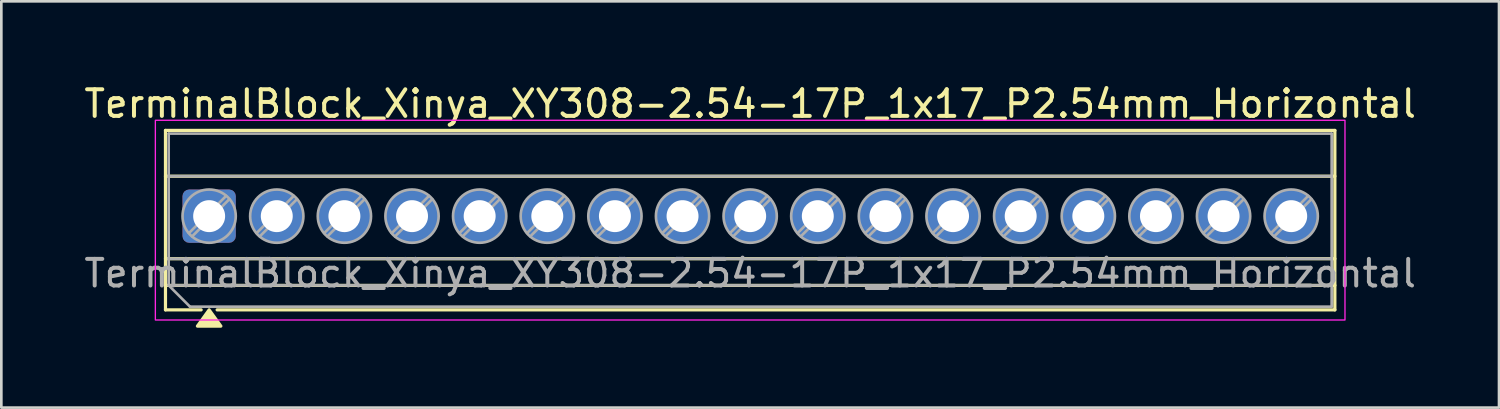
<source format=kicad_pcb>
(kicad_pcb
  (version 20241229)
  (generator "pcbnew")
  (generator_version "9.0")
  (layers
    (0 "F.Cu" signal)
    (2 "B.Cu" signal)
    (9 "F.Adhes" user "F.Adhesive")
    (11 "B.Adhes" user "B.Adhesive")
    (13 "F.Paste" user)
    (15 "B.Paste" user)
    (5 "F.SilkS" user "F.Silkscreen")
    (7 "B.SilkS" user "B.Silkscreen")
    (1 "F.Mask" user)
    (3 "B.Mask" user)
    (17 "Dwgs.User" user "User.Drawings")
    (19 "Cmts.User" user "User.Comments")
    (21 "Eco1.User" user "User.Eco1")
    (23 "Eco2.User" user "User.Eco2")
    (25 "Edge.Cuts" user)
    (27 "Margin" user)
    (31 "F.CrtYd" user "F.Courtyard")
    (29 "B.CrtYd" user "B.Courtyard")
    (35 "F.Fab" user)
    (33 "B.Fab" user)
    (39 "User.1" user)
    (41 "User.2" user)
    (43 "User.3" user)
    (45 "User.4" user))
  (footprint "TerminalBlock_Xinya_XY308-2.54-17P_1x17_P2.54mm_Horizontal"
    (layer "F.Cu")
    (at 4.805 5.068)
    (property "Reference" "TerminalBlock_Xinya_XY308-2.54-17P_1x17_P2.54mm_Horizontal" (at 20.32 -4.22 0) (layer "F.SilkS") (effects (font (size 1 1) (thickness 0.15))))
    (attr through_hole)
    (fp_line (start -1.64 -3.22) (end 42.28 -3.22) (stroke (width 0.12) (type solid)) (layer "F.SilkS"))
    (fp_line (start -1.64 -1.5) (end 42.28 -1.5) (stroke (width 0.12) (type solid)) (layer "F.SilkS"))
    (fp_line (start -1.64 1.6) (end 42.28 1.6) (stroke (width 0.12) (type solid)) (layer "F.SilkS"))
    (fp_line (start -1.64 2.6) (end 42.28 2.6) (stroke (width 0.12) (type solid)) (layer "F.SilkS"))
    (fp_line (start -1.64 3.52) (end -1.64 -3.22) (stroke (width 0.12) (type solid)) (layer "F.SilkS"))
    (fp_line (start -0.3 3.52) (end -1.64 3.52) (stroke (width 0.12) (type solid)) (layer "F.SilkS"))
    (fp_line (start 42.28 -3.22) (end 42.28 3.52) (stroke (width 0.12) (type solid)) (layer "F.SilkS"))
    (fp_line (start 42.28 3.52) (end 0.3 3.52) (stroke (width 0.12) (type solid)) (layer "F.SilkS"))
    (fp_poly (pts (xy 0 3.52) (xy 0.44 4.13) (xy -0.44 4.13)) (stroke (width 0.12) (type solid)) (fill yes) (layer "F.SilkS"))
    (fp_rect (start -2.02 -3.6) (end 42.66 3.9) (stroke (width 0.05) (type solid)) (fill no) (layer "F.CrtYd"))
    (fp_line (start -1.52 -3.1) (end 42.16 -3.1) (stroke (width 0.1) (type solid)) (layer "F.Fab"))
    (fp_line (start -1.52 -1.5) (end 42.16 -1.5) (stroke (width 0.1) (type solid)) (layer "F.Fab"))
    (fp_line (start -1.52 1.6) (end 42.16 1.6) (stroke (width 0.1) (type solid)) (layer "F.Fab"))
    (fp_line (start -1.52 2.6) (end -1.52 -3.1) (stroke (width 0.1) (type solid)) (layer "F.Fab"))
    (fp_line (start -1.52 2.6) (end 42.16 2.6) (stroke (width 0.1) (type solid)) (layer "F.Fab"))
    (fp_line (start -0.72 3.4) (end -1.52 2.6) (stroke (width 0.1) (type solid)) (layer "F.Fab"))
    (fp_line (start 0.636 -0.758) (end -0.758 0.636) (stroke (width 0.1) (type solid)) (layer "F.Fab"))
    (fp_line (start 0.758 -0.636) (end -0.636 0.758) (stroke (width 0.1) (type solid)) (layer "F.Fab"))
    (fp_line (start 3.176 -0.758) (end 1.782 0.636) (stroke (width 0.1) (type solid)) (layer "F.Fab"))
    (fp_line (start 3.298 -0.636) (end 1.904 0.758) (stroke (width 0.1) (type solid)) (layer "F.Fab"))
    (fp_line (start 5.716 -0.758) (end 4.322 0.636) (stroke (width 0.1) (type solid)) (layer "F.Fab"))
    (fp_line (start 5.838 -0.636) (end 4.444 0.758) (stroke (width 0.1) (type solid)) (layer "F.Fab"))
    (fp_line (start 8.256 -0.758) (end 6.862 0.636) (stroke (width 0.1) (type solid)) (layer "F.Fab"))
    (fp_line (start 8.378 -0.636) (end 6.984 0.758) (stroke (width 0.1) (type solid)) (layer "F.Fab"))
    (fp_line (start 10.796 -0.758) (end 9.402 0.636) (stroke (width 0.1) (type solid)) (layer "F.Fab"))
    (fp_line (start 10.918 -0.636) (end 9.524 0.758) (stroke (width 0.1) (type solid)) (layer "F.Fab"))
    (fp_line (start 13.336 -0.758) (end 11.942 0.636) (stroke (width 0.1) (type solid)) (layer "F.Fab"))
    (fp_line (start 13.458 -0.636) (end 12.064 0.758) (stroke (width 0.1) (type solid)) (layer "F.Fab"))
    (fp_line (start 15.876 -0.758) (end 14.482 0.636) (stroke (width 0.1) (type solid)) (layer "F.Fab"))
    (fp_line (start 15.998 -0.636) (end 14.604 0.758) (stroke (width 0.1) (type solid)) (layer "F.Fab"))
    (fp_line (start 18.416 -0.758) (end 17.022 0.636) (stroke (width 0.1) (type solid)) (layer "F.Fab"))
    (fp_line (start 18.538 -0.636) (end 17.144 0.758) (stroke (width 0.1) (type solid)) (layer "F.Fab"))
    (fp_line (start 20.956 -0.758) (end 19.562 0.636) (stroke (width 0.1) (type solid)) (layer "F.Fab"))
    (fp_line (start 21.078 -0.636) (end 19.684 0.758) (stroke (width 0.1) (type solid)) (layer "F.Fab"))
    (fp_line (start 23.496 -0.758) (end 22.102 0.636) (stroke (width 0.1) (type solid)) (layer "F.Fab"))
    (fp_line (start 23.618 -0.636) (end 22.224 0.758) (stroke (width 0.1) (type solid)) (layer "F.Fab"))
    (fp_line (start 26.036 -0.758) (end 24.642 0.636) (stroke (width 0.1) (type solid)) (layer "F.Fab"))
    (fp_line (start 26.158 -0.636) (end 24.764 0.758) (stroke (width 0.1) (type solid)) (layer "F.Fab"))
    (fp_line (start 28.576 -0.758) (end 27.182 0.636) (stroke (width 0.1) (type solid)) (layer "F.Fab"))
    (fp_line (start 28.698 -0.636) (end 27.304 0.758) (stroke (width 0.1) (type solid)) (layer "F.Fab"))
    (fp_line (start 31.116 -0.758) (end 29.722 0.636) (stroke (width 0.1) (type solid)) (layer "F.Fab"))
    (fp_line (start 31.238 -0.636) (end 29.844 0.758) (stroke (width 0.1) (type solid)) (layer "F.Fab"))
    (fp_line (start 33.656 -0.758) (end 32.262 0.636) (stroke (width 0.1) (type solid)) (layer "F.Fab"))
    (fp_line (start 33.778 -0.636) (end 32.384 0.758) (stroke (width 0.1) (type solid)) (layer "F.Fab"))
    (fp_line (start 36.196 -0.758) (end 34.802 0.636) (stroke (width 0.1) (type solid)) (layer "F.Fab"))
    (fp_line (start 36.318 -0.636) (end 34.924 0.758) (stroke (width 0.1) (type solid)) (layer "F.Fab"))
    (fp_line (start 38.736 -0.758) (end 37.342 0.636) (stroke (width 0.1) (type solid)) (layer "F.Fab"))
    (fp_line (start 38.858 -0.636) (end 37.464 0.758) (stroke (width 0.1) (type solid)) (layer "F.Fab"))
    (fp_line (start 41.276 -0.758) (end 39.882 0.636) (stroke (width 0.1) (type solid)) (layer "F.Fab"))
    (fp_line (start 41.398 -0.636) (end 40.004 0.758) (stroke (width 0.1) (type solid)) (layer "F.Fab"))
    (fp_line (start 42.16 -3.1) (end 42.16 3.4) (stroke (width 0.1) (type solid)) (layer "F.Fab"))
    (fp_line (start 42.16 3.4) (end -0.72 3.4) (stroke (width 0.1) (type solid)) (layer "F.Fab"))
    (fp_circle (center 0 0) (end 1 0) (stroke (width 0.1) (type solid)) (fill no) (layer "F.Fab"))
    (fp_circle (center 2.54 0) (end 3.54 0) (stroke (width 0.1) (type solid)) (fill no) (layer "F.Fab"))
    (fp_circle (center 5.08 0) (end 6.08 0) (stroke (width 0.1) (type solid)) (fill no) (layer "F.Fab"))
    (fp_circle (center 7.62 0) (end 8.62 0) (stroke (width 0.1) (type solid)) (fill no) (layer "F.Fab"))
    (fp_circle (center 10.16 0) (end 11.16 0) (stroke (width 0.1) (type solid)) (fill no) (layer "F.Fab"))
    (fp_circle (center 12.7 0) (end 13.7 0) (stroke (width 0.1) (type solid)) (fill no) (layer "F.Fab"))
    (fp_circle (center 15.24 0) (end 16.24 0) (stroke (width 0.1) (type solid)) (fill no) (layer "F.Fab"))
    (fp_circle (center 17.78 0) (end 18.78 0) (stroke (width 0.1) (type solid)) (fill no) (layer "F.Fab"))
    (fp_circle (center 20.32 0) (end 21.32 0) (stroke (width 0.1) (type solid)) (fill no) (layer "F.Fab"))
    (fp_circle (center 22.86 0) (end 23.86 0) (stroke (width 0.1) (type solid)) (fill no) (layer "F.Fab"))
    (fp_circle (center 25.4 0) (end 26.4 0) (stroke (width 0.1) (type solid)) (fill no) (layer "F.Fab"))
    (fp_circle (center 27.94 0) (end 28.94 0) (stroke (width 0.1) (type solid)) (fill no) (layer "F.Fab"))
    (fp_circle (center 30.48 0) (end 31.48 0) (stroke (width 0.1) (type solid)) (fill no) (layer "F.Fab"))
    (fp_circle (center 33.02 0) (end 34.02 0) (stroke (width 0.1) (type solid)) (fill no) (layer "F.Fab"))
    (fp_circle (center 35.56 0) (end 36.56 0) (stroke (width 0.1) (type solid)) (fill no) (layer "F.Fab"))
    (fp_circle (center 38.1 0) (end 39.1 0) (stroke (width 0.1) (type solid)) (fill no) (layer "F.Fab"))
    (fp_circle (center 40.64 0) (end 41.64 0) (stroke (width 0.1) (type solid)) (fill no) (layer "F.Fab"))
    (fp_text user "${REFERENCE}" (at 20.32 2.15 0) (layer "F.Fab") (effects (font (size 1 1) (thickness 0.15))))
    (pad "1" thru_hole roundrect (at 0 0) (size 2 2) (drill 1.2) (layers "*.Cu" "*.Mask") (roundrect_rratio 0.125))
    (pad "2" thru_hole circle (at 2.54 0) (size 2 2) (drill 1.2) (layers "*.Cu" "*.Mask"))
    (pad "3" thru_hole circle (at 5.08 0) (size 2 2) (drill 1.2) (layers "*.Cu" "*.Mask"))
    (pad "4" thru_hole circle (at 7.62 0) (size 2 2) (drill 1.2) (layers "*.Cu" "*.Mask"))
    (pad "5" thru_hole circle (at 10.16 0) (size 2 2) (drill 1.2) (layers "*.Cu" "*.Mask"))
    (pad "6" thru_hole circle (at 12.7 0) (size 2 2) (drill 1.2) (layers "*.Cu" "*.Mask"))
    (pad "7" thru_hole circle (at 15.24 0) (size 2 2) (drill 1.2) (layers "*.Cu" "*.Mask"))
    (pad "8" thru_hole circle (at 17.78 0) (size 2 2) (drill 1.2) (layers "*.Cu" "*.Mask"))
    (pad "9" thru_hole circle (at 20.32 0) (size 2 2) (drill 1.2) (layers "*.Cu" "*.Mask"))
    (pad "10" thru_hole circle (at 22.86 0) (size 2 2) (drill 1.2) (layers "*.Cu" "*.Mask"))
    (pad "11" thru_hole circle (at 25.4 0) (size 2 2) (drill 1.2) (layers "*.Cu" "*.Mask"))
    (pad "12" thru_hole circle (at 27.94 0) (size 2 2) (drill 1.2) (layers "*.Cu" "*.Mask"))
    (pad "13" thru_hole circle (at 30.48 0) (size 2 2) (drill 1.2) (layers "*.Cu" "*.Mask"))
    (pad "14" thru_hole circle (at 33.02 0) (size 2 2) (drill 1.2) (layers "*.Cu" "*.Mask"))
    (pad "15" thru_hole circle (at 35.56 0) (size 2 2) (drill 1.2) (layers "*.Cu" "*.Mask"))
    (pad "16" thru_hole circle (at 38.1 0) (size 2 2) (drill 1.2) (layers "*.Cu" "*.Mask"))
    (pad "17" thru_hole circle (at 40.64 0) (size 2 2) (drill 1.2) (layers "*.Cu" "*.Mask")))
  (gr_rect
    (start -3 -3)
    (end 53.25 12.258)
    (stroke (width 0.1) (type default))
    (fill no)
    (layer "Edge.Cuts")))
</source>
